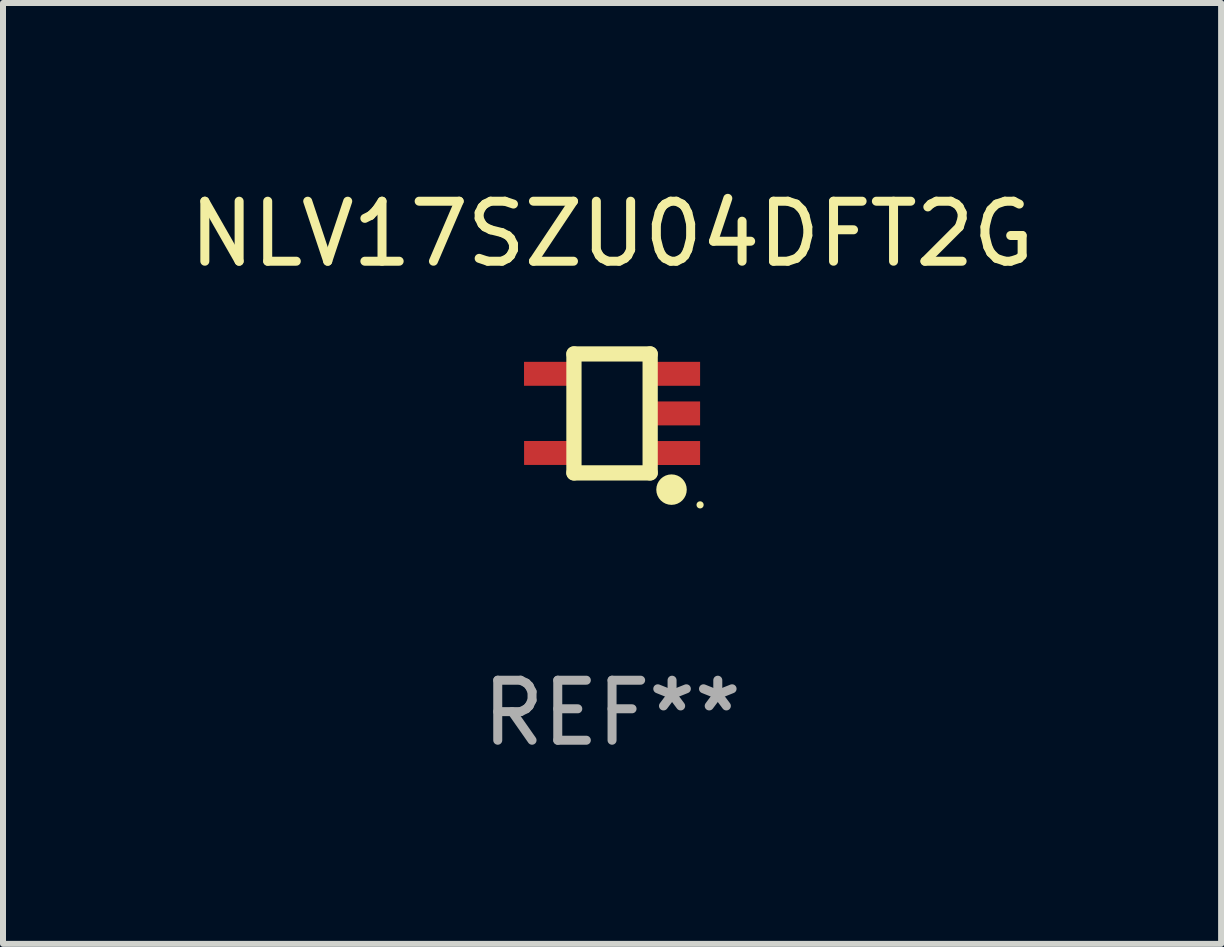
<source format=kicad_pcb>
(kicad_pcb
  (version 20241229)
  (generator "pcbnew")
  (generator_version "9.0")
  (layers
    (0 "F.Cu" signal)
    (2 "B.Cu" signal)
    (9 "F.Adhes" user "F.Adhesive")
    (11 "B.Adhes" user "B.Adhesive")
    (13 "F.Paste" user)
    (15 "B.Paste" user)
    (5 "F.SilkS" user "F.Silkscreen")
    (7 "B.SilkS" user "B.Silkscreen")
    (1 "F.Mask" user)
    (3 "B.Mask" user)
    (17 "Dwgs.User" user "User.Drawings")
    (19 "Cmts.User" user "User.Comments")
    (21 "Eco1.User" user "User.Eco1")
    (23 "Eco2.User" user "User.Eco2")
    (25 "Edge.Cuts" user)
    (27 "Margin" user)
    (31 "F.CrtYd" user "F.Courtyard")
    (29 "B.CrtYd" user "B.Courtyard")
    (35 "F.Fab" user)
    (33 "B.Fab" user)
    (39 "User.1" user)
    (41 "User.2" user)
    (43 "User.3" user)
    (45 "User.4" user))
  (footprint "NLV17SZU04DFT2G"
    (layer "F.Cu")
    (at 7.149 3.839)
    (property "Reference" "NLV17SZU04DFT2G" (at 0 -2.991 0) (layer "F.SilkS") (effects (font (size 1 1) (thickness 0.15))))
    (attr through_hole)
    (fp_line (start -0.635 -0.991) (end 0.635 -0.991) (stroke (width 0.254) (type solid)) (layer "F.SilkS"))
    (fp_line (start -0.635 0.991) (end -0.635 -0.991) (stroke (width 0.254) (type solid)) (layer "F.SilkS"))
    (fp_line (start 0.635 -0.991) (end 0.635 0.991) (stroke (width 0.254) (type solid)) (layer "F.SilkS"))
    (fp_line (start 0.635 0.991) (end -0.635 0.991) (stroke (width 0.254) (type solid)) (layer "F.SilkS"))
    (fp_circle (center 0.991 1.27) (end 1.118 1.27) (stroke (width 0.254) (type solid)) (fill no) (layer "F.SilkS"))
    (fp_circle (center 1.467 1.524) (end 1.497 1.524) (stroke (width 0.06) (type solid)) (fill no) (layer "F.SilkS"))
    (fp_text user "REF**" (at 0 4.991 0) (layer "F.Fab") (effects (font (size 1 1) (thickness 0.15))))
    (pad "1" smd rect (at 1.067 0.66 180) (size 0.8 0.399) (layers "F.Cu" "F.Mask" "F.Paste"))
    (pad "2" smd rect (at 1.067 0 180) (size 0.8 0.399) (layers "F.Cu" "F.Mask" "F.Paste"))
    (pad "3" smd rect (at 1.067 -0.66 180) (size 0.8 0.399) (layers "F.Cu" "F.Mask" "F.Paste"))
    (pad "4" smd rect (at -1.067 -0.66 180) (size 0.8 0.399) (layers "F.Cu" "F.Mask" "F.Paste"))
    (pad "5" smd rect (at -1.066 0.659 180) (size 0.8 0.399) (layers "F.Cu" "F.Mask" "F.Paste")))
  (gr_rect
    (start -3 -3)
    (end 17.298 12.678)
    (stroke (width 0.1) (type default))
    (fill no)
    (layer "Edge.Cuts")))
</source>
